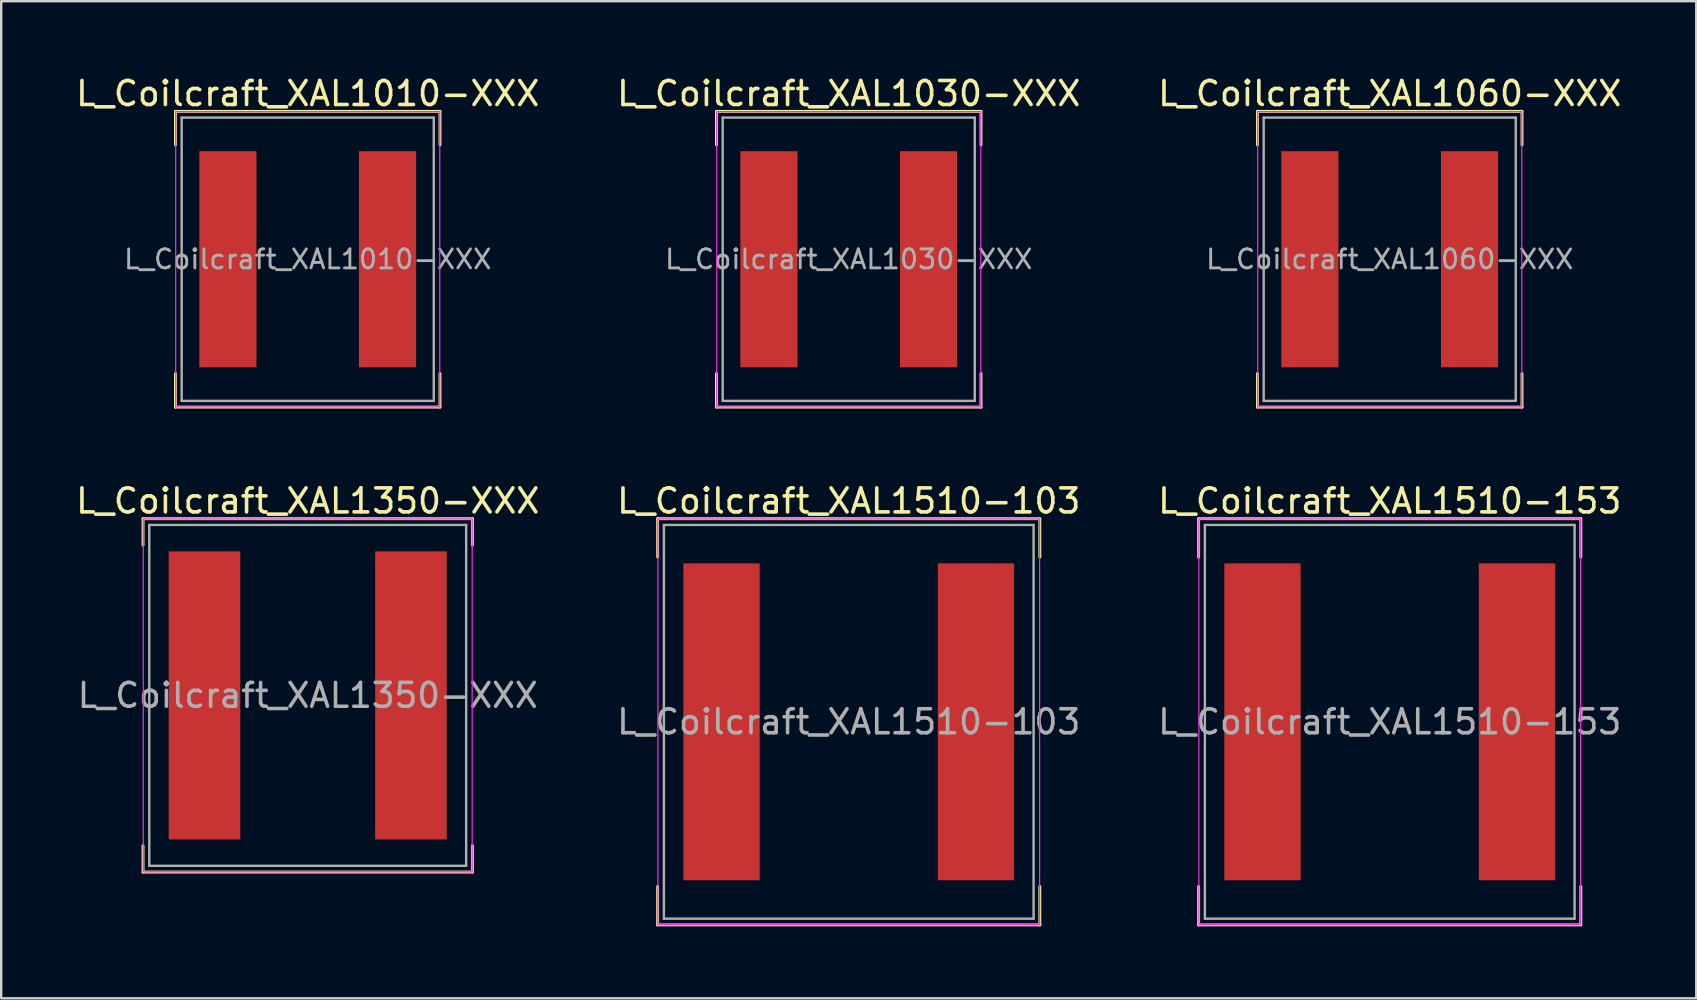
<source format=kicad_pcb>
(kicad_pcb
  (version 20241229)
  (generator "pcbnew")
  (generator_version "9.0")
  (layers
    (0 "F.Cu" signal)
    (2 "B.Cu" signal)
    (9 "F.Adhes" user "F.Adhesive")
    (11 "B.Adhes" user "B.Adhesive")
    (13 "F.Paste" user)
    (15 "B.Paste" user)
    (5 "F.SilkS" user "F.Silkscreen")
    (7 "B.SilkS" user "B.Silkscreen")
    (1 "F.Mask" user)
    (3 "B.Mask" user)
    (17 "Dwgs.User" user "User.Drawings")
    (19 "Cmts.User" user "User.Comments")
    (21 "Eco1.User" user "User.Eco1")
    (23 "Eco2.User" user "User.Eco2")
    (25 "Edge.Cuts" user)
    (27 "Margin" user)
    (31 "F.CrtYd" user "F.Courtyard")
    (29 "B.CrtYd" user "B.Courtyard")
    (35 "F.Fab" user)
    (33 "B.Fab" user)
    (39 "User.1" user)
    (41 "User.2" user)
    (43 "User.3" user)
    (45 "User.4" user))
  (footprint "L_Coilcraft_XAL1350-XXX"
    (layer "F.Cu")
    (at 9.768 25.916)
    (property "Reference" "L_Coilcraft_XAL1350-XXX" (at 0 -8.1 0) (layer "F.SilkS") (effects (font (size 1 1) (thickness 0.15))))
    (attr smd)
    (fp_line (start -6.86 -7.36) (end -6.86 -6.26) (stroke (width 0.12) (type solid)) (layer "F.SilkS"))
    (fp_line (start -6.86 -7.36) (end 6.86 -7.36) (stroke (width 0.12) (type solid)) (layer "F.SilkS"))
    (fp_line (start -6.86 7.36) (end -6.86 6.26) (stroke (width 0.12) (type solid)) (layer "F.SilkS"))
    (fp_line (start -6.86 7.36) (end 6.86 7.36) (stroke (width 0.12) (type solid)) (layer "F.SilkS"))
    (fp_line (start 6.86 -7.36) (end 6.86 -6.26) (stroke (width 0.12) (type solid)) (layer "F.SilkS"))
    (fp_line (start 6.86 7.36) (end 6.86 6.26) (stroke (width 0.12) (type solid)) (layer "F.SilkS"))
    (fp_line (start -6.85 -7.35) (end -6.85 7.35) (stroke (width 0.05) (type solid)) (layer "F.CrtYd"))
    (fp_line (start -6.85 7.35) (end 6.85 7.35) (stroke (width 0.05) (type solid)) (layer "F.CrtYd"))
    (fp_line (start 6.85 -7.35) (end -6.85 -7.35) (stroke (width 0.05) (type solid)) (layer "F.CrtYd"))
    (fp_line (start 6.85 7.35) (end 6.85 -7.35) (stroke (width 0.05) (type solid)) (layer "F.CrtYd"))
    (fp_line (start -6.6 -7.1) (end -6.6 7.1) (stroke (width 0.1) (type solid)) (layer "F.Fab"))
    (fp_line (start -6.6 7.1) (end 6.6 7.1) (stroke (width 0.1) (type solid)) (layer "F.Fab"))
    (fp_line (start 6.6 -7.1) (end -6.6 -7.1) (stroke (width 0.1) (type solid)) (layer "F.Fab"))
    (fp_line (start 6.6 7.1) (end 6.6 -7.1) (stroke (width 0.1) (type solid)) (layer "F.Fab"))
    (fp_text user "${REFERENCE}" (at 0 0 0) (layer "F.Fab") (effects (font (size 0.993 0.993) (thickness 0.149))))
    (pad "1" smd rect (at -4.3 0) (size 2.98 12) (layers "F.Cu" "F.Mask" "F.Paste"))
    (pad "2" smd rect (at 4.3 0) (size 2.98 12) (layers "F.Cu" "F.Mask" "F.Paste")))
  (footprint "L_Coilcraft_XAL1030-XXX"
    (layer "F.Cu")
    (at 32.304 7.748)
    (property "Reference" "L_Coilcraft_XAL1030-XXX" (at 0 -6.9 0) (layer "F.SilkS") (effects (font (size 1 1) (thickness 0.15))))
    (attr smd)
    (fp_line (start -5.51 -6.16) (end -5.51 -4.76) (stroke (width 0.12) (type solid)) (layer "F.SilkS"))
    (fp_line (start -5.51 -6.16) (end 5.51 -6.16) (stroke (width 0.12) (type solid)) (layer "F.SilkS"))
    (fp_line (start -5.51 6.16) (end -5.51 4.76) (stroke (width 0.12) (type solid)) (layer "F.SilkS"))
    (fp_line (start -5.51 6.16) (end 5.51 6.16) (stroke (width 0.12) (type solid)) (layer "F.SilkS"))
    (fp_line (start 5.51 -6.16) (end 5.51 -4.76) (stroke (width 0.12) (type solid)) (layer "F.SilkS"))
    (fp_line (start 5.51 6.16) (end 5.51 4.76) (stroke (width 0.12) (type solid)) (layer "F.SilkS"))
    (fp_line (start -5.5 -6.15) (end -5.5 6.15) (stroke (width 0.05) (type solid)) (layer "F.CrtYd"))
    (fp_line (start -5.5 6.15) (end 5.5 6.15) (stroke (width 0.05) (type solid)) (layer "F.CrtYd"))
    (fp_line (start 5.5 -6.15) (end -5.5 -6.15) (stroke (width 0.05) (type solid)) (layer "F.CrtYd"))
    (fp_line (start 5.5 6.15) (end 5.5 -6.15) (stroke (width 0.05) (type solid)) (layer "F.CrtYd"))
    (fp_line (start -5.25 -5.9) (end -5.25 5.9) (stroke (width 0.1) (type solid)) (layer "F.Fab"))
    (fp_line (start -5.25 5.9) (end 5.25 5.9) (stroke (width 0.1) (type solid)) (layer "F.Fab"))
    (fp_line (start 5.25 -5.9) (end -5.25 -5.9) (stroke (width 0.1) (type solid)) (layer "F.Fab"))
    (fp_line (start 5.25 5.9) (end 5.25 -5.9) (stroke (width 0.1) (type solid)) (layer "F.Fab"))
    (fp_text user "${REFERENCE}" (at 0 0 0) (layer "F.Fab") (effects (font (size 0.793 0.793) (thickness 0.119))))
    (pad "1" smd rect (at -3.325 0) (size 2.38 9) (layers "F.Cu" "F.Mask" "F.Paste"))
    (pad "2" smd rect (at 3.325 0) (size 2.38 9) (layers "F.Cu" "F.Mask" "F.Paste")))
  (footprint "L_Coilcraft_XAL1060-XXX"
    (layer "F.Cu")
    (at 54.839 7.748)
    (property "Reference" "L_Coilcraft_XAL1060-XXX" (at 0 -6.9 0) (layer "F.SilkS") (effects (font (size 1 1) (thickness 0.15))))
    (attr smd)
    (fp_line (start -5.51 -6.16) (end -5.51 -4.76) (stroke (width 0.12) (type solid)) (layer "F.SilkS"))
    (fp_line (start -5.51 -6.16) (end 5.51 -6.16) (stroke (width 0.12) (type solid)) (layer "F.SilkS"))
    (fp_line (start -5.51 6.16) (end -5.51 4.76) (stroke (width 0.12) (type solid)) (layer "F.SilkS"))
    (fp_line (start -5.51 6.16) (end 5.51 6.16) (stroke (width 0.12) (type solid)) (layer "F.SilkS"))
    (fp_line (start 5.51 -6.16) (end 5.51 -4.76) (stroke (width 0.12) (type solid)) (layer "F.SilkS"))
    (fp_line (start 5.51 6.16) (end 5.51 4.76) (stroke (width 0.12) (type solid)) (layer "F.SilkS"))
    (fp_line (start -5.5 -6.15) (end -5.5 6.15) (stroke (width 0.05) (type solid)) (layer "F.CrtYd"))
    (fp_line (start -5.5 6.15) (end 5.5 6.15) (stroke (width 0.05) (type solid)) (layer "F.CrtYd"))
    (fp_line (start 5.5 -6.15) (end -5.5 -6.15) (stroke (width 0.05) (type solid)) (layer "F.CrtYd"))
    (fp_line (start 5.5 6.15) (end 5.5 -6.15) (stroke (width 0.05) (type solid)) (layer "F.CrtYd"))
    (fp_line (start -5.25 -5.9) (end -5.25 5.9) (stroke (width 0.1) (type solid)) (layer "F.Fab"))
    (fp_line (start -5.25 5.9) (end 5.25 5.9) (stroke (width 0.1) (type solid)) (layer "F.Fab"))
    (fp_line (start 5.25 -5.9) (end -5.25 -5.9) (stroke (width 0.1) (type solid)) (layer "F.Fab"))
    (fp_line (start 5.25 5.9) (end 5.25 -5.9) (stroke (width 0.1) (type solid)) (layer "F.Fab"))
    (fp_text user "${REFERENCE}" (at 0 0 0) (layer "F.Fab") (effects (font (size 0.793 0.793) (thickness 0.119))))
    (pad "1" smd rect (at -3.325 0) (size 2.38 9) (layers "F.Cu" "F.Mask" "F.Paste"))
    (pad "2" smd rect (at 3.325 0) (size 2.38 9) (layers "F.Cu" "F.Mask" "F.Paste")))
  (footprint "L_Coilcraft_XAL1510-153"
    (layer "F.Cu")
    (at 54.839 27.017)
    (property "Reference" "L_Coilcraft_XAL1510-153" (at 0 -9.2 0) (layer "F.SilkS") (effects (font (size 1 1) (thickness 0.15))))
    (attr smd)
    (fp_line (start -7.96 -8.46) (end -7.96 -6.86) (stroke (width 0.12) (type solid)) (layer "F.SilkS"))
    (fp_line (start -7.96 -8.46) (end 7.96 -8.46) (stroke (width 0.12) (type solid)) (layer "F.SilkS"))
    (fp_line (start -7.96 8.46) (end -7.96 6.86) (stroke (width 0.12) (type solid)) (layer "F.SilkS"))
    (fp_line (start -7.96 8.46) (end 7.96 8.46) (stroke (width 0.12) (type solid)) (layer "F.SilkS"))
    (fp_line (start 7.96 -8.46) (end 7.96 -6.86) (stroke (width 0.12) (type solid)) (layer "F.SilkS"))
    (fp_line (start 7.96 8.46) (end 7.96 6.86) (stroke (width 0.12) (type solid)) (layer "F.SilkS"))
    (fp_line (start -7.95 -8.45) (end -7.95 8.45) (stroke (width 0.05) (type solid)) (layer "F.CrtYd"))
    (fp_line (start -7.95 8.45) (end 7.95 8.45) (stroke (width 0.05) (type solid)) (layer "F.CrtYd"))
    (fp_line (start 7.95 -8.45) (end -7.95 -8.45) (stroke (width 0.05) (type solid)) (layer "F.CrtYd"))
    (fp_line (start 7.95 8.45) (end 7.95 -8.45) (stroke (width 0.05) (type solid)) (layer "F.CrtYd"))
    (fp_line (start -7.7 -8.2) (end -7.7 8.2) (stroke (width 0.1) (type solid)) (layer "F.Fab"))
    (fp_line (start -7.7 8.2) (end 7.7 8.2) (stroke (width 0.1) (type solid)) (layer "F.Fab"))
    (fp_line (start 7.7 -8.2) (end -7.7 -8.2) (stroke (width 0.1) (type solid)) (layer "F.Fab"))
    (fp_line (start 7.7 8.2) (end 7.7 -8.2) (stroke (width 0.1) (type solid)) (layer "F.Fab"))
    (fp_text user "${REFERENCE}" (at 0 0 0) (layer "F.Fab") (effects (font (size 1 1) (thickness 0.15))))
    (pad "1" smd rect (at -5.3 0) (size 3.18 13.2) (layers "F.Cu" "F.Mask" "F.Paste"))
    (pad "2" smd rect (at 5.3 0) (size 3.18 13.2) (layers "F.Cu" "F.Mask" "F.Paste")))
  (footprint "L_Coilcraft_XAL1010-XXX"
    (layer "F.Cu")
    (at 9.768 7.748)
    (property "Reference" "L_Coilcraft_XAL1010-XXX" (at 0 -6.9 0) (layer "F.SilkS") (effects (font (size 1 1) (thickness 0.15))))
    (attr smd)
    (fp_line (start -5.51 -6.16) (end -5.51 -4.76) (stroke (width 0.12) (type solid)) (layer "F.SilkS"))
    (fp_line (start -5.51 -6.16) (end 5.51 -6.16) (stroke (width 0.12) (type solid)) (layer "F.SilkS"))
    (fp_line (start -5.51 6.16) (end -5.51 4.76) (stroke (width 0.12) (type solid)) (layer "F.SilkS"))
    (fp_line (start -5.51 6.16) (end 5.51 6.16) (stroke (width 0.12) (type solid)) (layer "F.SilkS"))
    (fp_line (start 5.51 -6.16) (end 5.51 -4.76) (stroke (width 0.12) (type solid)) (layer "F.SilkS"))
    (fp_line (start 5.51 6.16) (end 5.51 4.76) (stroke (width 0.12) (type solid)) (layer "F.SilkS"))
    (fp_line (start -5.5 -6.15) (end -5.5 6.15) (stroke (width 0.05) (type solid)) (layer "F.CrtYd"))
    (fp_line (start -5.5 6.15) (end 5.5 6.15) (stroke (width 0.05) (type solid)) (layer "F.CrtYd"))
    (fp_line (start 5.5 -6.15) (end -5.5 -6.15) (stroke (width 0.05) (type solid)) (layer "F.CrtYd"))
    (fp_line (start 5.5 6.15) (end 5.5 -6.15) (stroke (width 0.05) (type solid)) (layer "F.CrtYd"))
    (fp_line (start -5.25 -5.9) (end -5.25 5.9) (stroke (width 0.1) (type solid)) (layer "F.Fab"))
    (fp_line (start -5.25 5.9) (end 5.25 5.9) (stroke (width 0.1) (type solid)) (layer "F.Fab"))
    (fp_line (start 5.25 -5.9) (end -5.25 -5.9) (stroke (width 0.1) (type solid)) (layer "F.Fab"))
    (fp_line (start 5.25 5.9) (end 5.25 -5.9) (stroke (width 0.1) (type solid)) (layer "F.Fab"))
    (fp_text user "${REFERENCE}" (at 0 0 0) (layer "F.Fab") (effects (font (size 0.793 0.793) (thickness 0.119))))
    (pad "1" smd rect (at -3.325 0) (size 2.38 9) (layers "F.Cu" "F.Mask" "F.Paste"))
    (pad "2" smd rect (at 3.325 0) (size 2.38 9) (layers "F.Cu" "F.Mask" "F.Paste")))
  (footprint "L_Coilcraft_XAL1510-103"
    (layer "F.Cu")
    (at 32.304 27.017)
    (property "Reference" "L_Coilcraft_XAL1510-103" (at 0 -9.2 0) (layer "F.SilkS") (effects (font (size 1 1) (thickness 0.15))))
    (attr smd)
    (fp_line (start -7.96 -8.46) (end -7.96 -6.86) (stroke (width 0.12) (type solid)) (layer "F.SilkS"))
    (fp_line (start -7.96 -8.46) (end 7.96 -8.46) (stroke (width 0.12) (type solid)) (layer "F.SilkS"))
    (fp_line (start -7.96 8.46) (end -7.96 6.86) (stroke (width 0.12) (type solid)) (layer "F.SilkS"))
    (fp_line (start -7.96 8.46) (end 7.96 8.46) (stroke (width 0.12) (type solid)) (layer "F.SilkS"))
    (fp_line (start 7.96 -8.46) (end 7.96 -6.86) (stroke (width 0.12) (type solid)) (layer "F.SilkS"))
    (fp_line (start 7.96 8.46) (end 7.96 6.86) (stroke (width 0.12) (type solid)) (layer "F.SilkS"))
    (fp_line (start -7.95 -8.45) (end -7.95 8.45) (stroke (width 0.05) (type solid)) (layer "F.CrtYd"))
    (fp_line (start -7.95 8.45) (end 7.95 8.45) (stroke (width 0.05) (type solid)) (layer "F.CrtYd"))
    (fp_line (start 7.95 -8.45) (end -7.95 -8.45) (stroke (width 0.05) (type solid)) (layer "F.CrtYd"))
    (fp_line (start 7.95 8.45) (end 7.95 -8.45) (stroke (width 0.05) (type solid)) (layer "F.CrtYd"))
    (fp_line (start -7.7 -8.2) (end -7.7 8.2) (stroke (width 0.1) (type solid)) (layer "F.Fab"))
    (fp_line (start -7.7 8.2) (end 7.7 8.2) (stroke (width 0.1) (type solid)) (layer "F.Fab"))
    (fp_line (start 7.7 -8.2) (end -7.7 -8.2) (stroke (width 0.1) (type solid)) (layer "F.Fab"))
    (fp_line (start 7.7 8.2) (end 7.7 -8.2) (stroke (width 0.1) (type solid)) (layer "F.Fab"))
    (fp_text user "${REFERENCE}" (at 0 0 0) (layer "F.Fab") (effects (font (size 1 1) (thickness 0.15))))
    (pad "1" smd rect (at -5.3 0) (size 3.18 13.2) (layers "F.Cu" "F.Mask" "F.Paste"))
    (pad "2" smd rect (at 5.3 0) (size 3.18 13.2) (layers "F.Cu" "F.Mask" "F.Paste")))
  (gr_rect
    (start -3 -3)
    (end 67.607 38.536)
    (stroke (width 0.1) (type default))
    (fill no)
    (layer "Edge.Cuts")))
</source>
